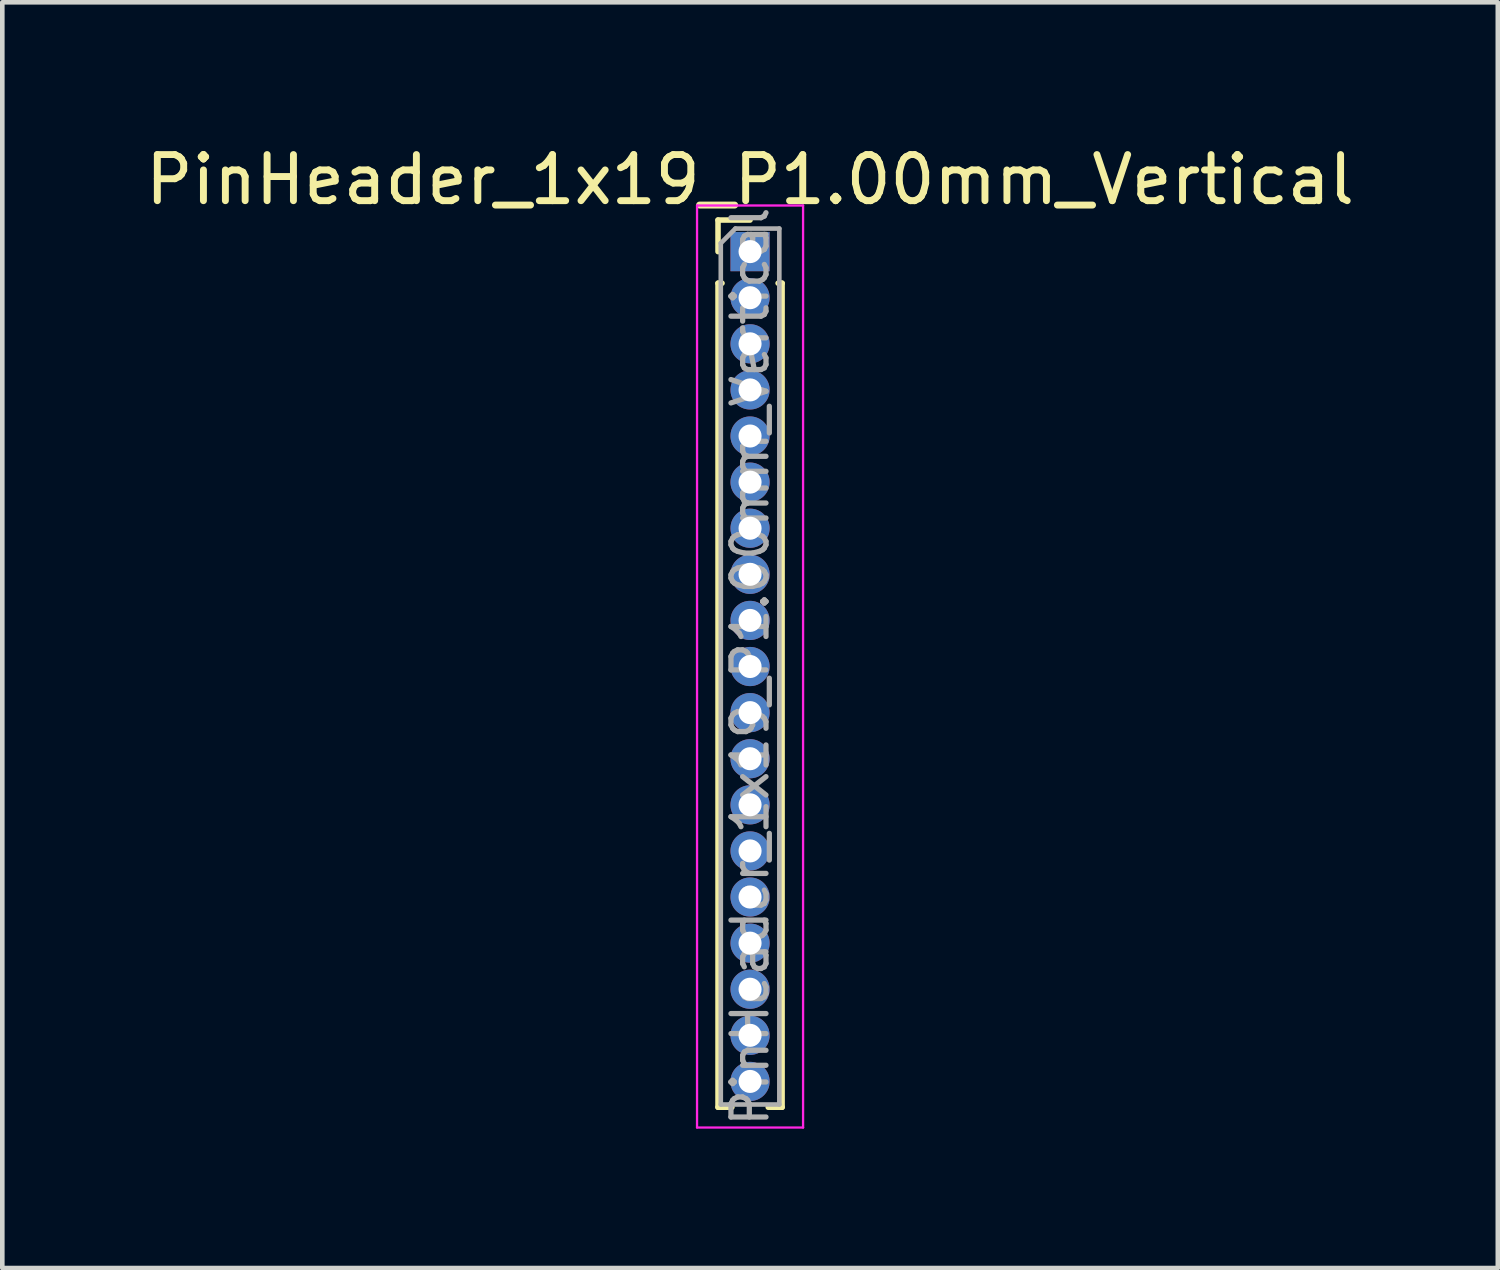
<source format=kicad_pcb>
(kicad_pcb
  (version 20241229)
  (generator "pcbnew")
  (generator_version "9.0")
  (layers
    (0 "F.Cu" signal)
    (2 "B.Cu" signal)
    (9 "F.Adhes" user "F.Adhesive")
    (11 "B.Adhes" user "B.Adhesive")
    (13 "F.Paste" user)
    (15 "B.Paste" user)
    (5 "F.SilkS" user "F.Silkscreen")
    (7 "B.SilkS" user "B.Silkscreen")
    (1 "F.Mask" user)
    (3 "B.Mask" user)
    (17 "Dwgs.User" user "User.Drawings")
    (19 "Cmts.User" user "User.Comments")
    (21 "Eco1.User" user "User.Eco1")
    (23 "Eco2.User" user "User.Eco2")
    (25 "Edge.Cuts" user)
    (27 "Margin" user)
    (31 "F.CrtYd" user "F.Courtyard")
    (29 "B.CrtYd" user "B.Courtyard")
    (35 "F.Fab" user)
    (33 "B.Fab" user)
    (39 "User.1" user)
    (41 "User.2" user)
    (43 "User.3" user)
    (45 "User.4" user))
  (footprint "PinHeader_1x19_P1.00mm_Vertical"
    (layer "F.Cu")
    (at 13.22 2.408)
    (property "Reference" "PinHeader_1x19_P1.00mm_Vertical" (at 0 -1.56 0) (layer "F.SilkS") (effects (font (size 1 1) (thickness 0.15))))
    (attr through_hole)
    (fp_line (start -0.695 -0.685) (end 0 -0.685) (stroke (width 0.12) (type solid)) (layer "F.SilkS"))
    (fp_line (start -0.695 0) (end -0.695 -0.685) (stroke (width 0.12) (type solid)) (layer "F.SilkS"))
    (fp_line (start -0.695 0.685) (end -0.695 18.56) (stroke (width 0.12) (type solid)) (layer "F.SilkS"))
    (fp_line (start -0.695 0.685) (end -0.608 0.685) (stroke (width 0.12) (type solid)) (layer "F.SilkS"))
    (fp_line (start -0.695 18.56) (end -0.394 18.56) (stroke (width 0.12) (type solid)) (layer "F.SilkS"))
    (fp_line (start 0.394 18.56) (end 0.695 18.56) (stroke (width 0.12) (type solid)) (layer "F.SilkS"))
    (fp_line (start 0.608 0.685) (end 0.695 0.685) (stroke (width 0.12) (type solid)) (layer "F.SilkS"))
    (fp_line (start 0.695 0.685) (end 0.695 18.56) (stroke (width 0.12) (type solid)) (layer "F.SilkS"))
    (fp_line (start -1.15 -1) (end -1.15 19) (stroke (width 0.05) (type solid)) (layer "F.CrtYd"))
    (fp_line (start -1.15 19) (end 1.15 19) (stroke (width 0.05) (type solid)) (layer "F.CrtYd"))
    (fp_line (start 1.15 -1) (end -1.15 -1) (stroke (width 0.05) (type solid)) (layer "F.CrtYd"))
    (fp_line (start 1.15 19) (end 1.15 -1) (stroke (width 0.05) (type solid)) (layer "F.CrtYd"))
    (fp_line (start -0.635 -0.182) (end -0.318 -0.5) (stroke (width 0.1) (type solid)) (layer "F.Fab"))
    (fp_line (start -0.635 18.5) (end -0.635 -0.182) (stroke (width 0.1) (type solid)) (layer "F.Fab"))
    (fp_line (start -0.318 -0.5) (end 0.635 -0.5) (stroke (width 0.1) (type solid)) (layer "F.Fab"))
    (fp_line (start 0.635 -0.5) (end 0.635 18.5) (stroke (width 0.1) (type solid)) (layer "F.Fab"))
    (fp_line (start 0.635 18.5) (end -0.635 18.5) (stroke (width 0.1) (type solid)) (layer "F.Fab"))
    (fp_text user "${REFERENCE}" (at 0 9 90) (layer "F.Fab") (effects (font (size 0.76 0.76) (thickness 0.114))))
    (pad "1" thru_hole rect (at 0 0) (size 0.85 0.85) (drill 0.5) (layers "*.Cu" "*.Mask"))
    (pad "2" thru_hole oval (at 0 1) (size 0.85 0.85) (drill 0.5) (layers "*.Cu" "*.Mask"))
    (pad "3" thru_hole oval (at 0 2) (size 0.85 0.85) (drill 0.5) (layers "*.Cu" "*.Mask"))
    (pad "4" thru_hole oval (at 0 3) (size 0.85 0.85) (drill 0.5) (layers "*.Cu" "*.Mask"))
    (pad "5" thru_hole oval (at 0 4) (size 0.85 0.85) (drill 0.5) (layers "*.Cu" "*.Mask"))
    (pad "6" thru_hole oval (at 0 5) (size 0.85 0.85) (drill 0.5) (layers "*.Cu" "*.Mask"))
    (pad "7" thru_hole oval (at 0 6) (size 0.85 0.85) (drill 0.5) (layers "*.Cu" "*.Mask"))
    (pad "8" thru_hole oval (at 0 7) (size 0.85 0.85) (drill 0.5) (layers "*.Cu" "*.Mask"))
    (pad "9" thru_hole oval (at 0 8) (size 0.85 0.85) (drill 0.5) (layers "*.Cu" "*.Mask"))
    (pad "10" thru_hole oval (at 0 9) (size 0.85 0.85) (drill 0.5) (layers "*.Cu" "*.Mask"))
    (pad "11" thru_hole oval (at 0 10) (size 0.85 0.85) (drill 0.5) (layers "*.Cu" "*.Mask"))
    (pad "12" thru_hole oval (at 0 11) (size 0.85 0.85) (drill 0.5) (layers "*.Cu" "*.Mask"))
    (pad "13" thru_hole oval (at 0 12) (size 0.85 0.85) (drill 0.5) (layers "*.Cu" "*.Mask"))
    (pad "14" thru_hole oval (at 0 13) (size 0.85 0.85) (drill 0.5) (layers "*.Cu" "*.Mask"))
    (pad "15" thru_hole oval (at 0 14) (size 0.85 0.85) (drill 0.5) (layers "*.Cu" "*.Mask"))
    (pad "16" thru_hole oval (at 0 15) (size 0.85 0.85) (drill 0.5) (layers "*.Cu" "*.Mask"))
    (pad "17" thru_hole oval (at 0 16) (size 0.85 0.85) (drill 0.5) (layers "*.Cu" "*.Mask"))
    (pad "18" thru_hole oval (at 0 17) (size 0.85 0.85) (drill 0.5) (layers "*.Cu" "*.Mask"))
    (pad "19" thru_hole oval (at 0 18) (size 0.85 0.85) (drill 0.5) (layers "*.Cu" "*.Mask")))
  (gr_rect
    (start -3 -3)
    (end 29.44 24.456)
    (stroke (width 0.1) (type default))
    (fill no)
    (layer "Edge.Cuts")))
</source>
